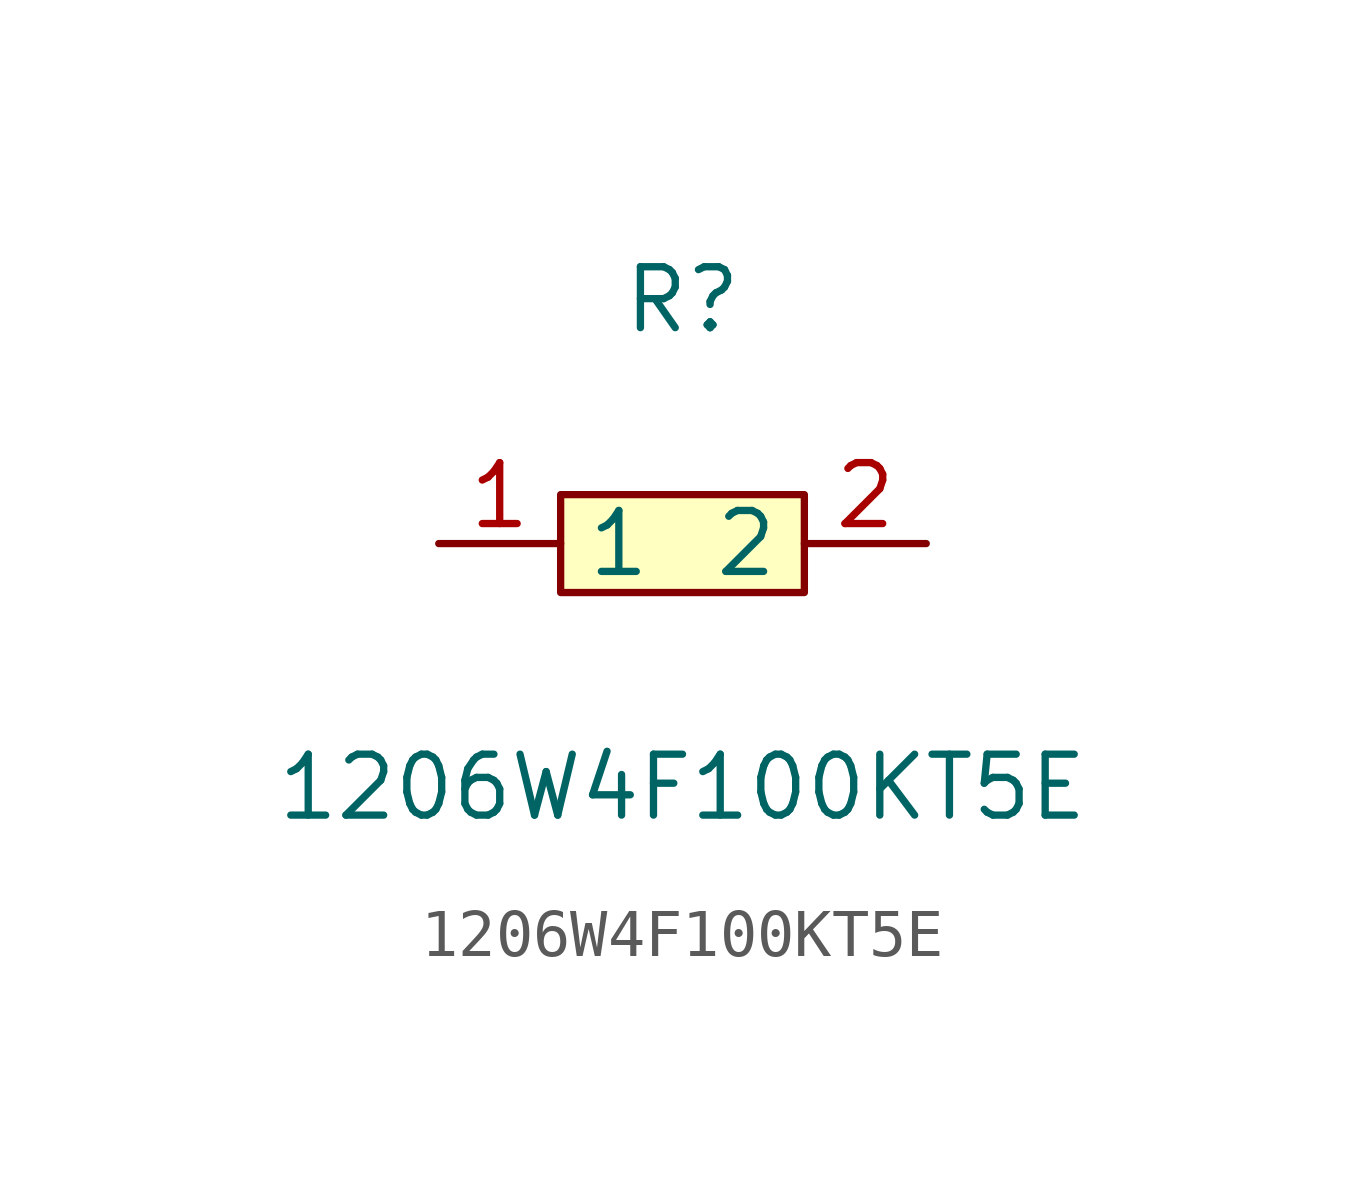
<source format=kicad_sym>
(kicad_symbol_lib
  (version 1)
  (generator "faebryk")
  (symbol "1206W4F100KT5E"
    (property "Reference" "R"
      (at 0 5.08 0)
      (effects (font (size 1.27 1.27)) (hide no)))
    (property "Value" "1206W4F100KT5E"
      (at 0 -5.08 0)
      (effects (font (size 1.27 1.27)) (hide no)))
    (symbol "1206W4F100KT5E_0_1"
      (rectangle (start -2.54 1.02) (end 2.54 -1.02) (stroke (width 0) (type default) (color 0 0 0 0)) (fill (type background)))
      (pin input line (at 5.08 0 180) (length 2.54) (name "2" (effects (font (size 1.27 1.27)) (hide no))) (number "2" (effects (font (size 1.27 1.27)) (hide no))))
      (pin input line (at -5.08 0 0) (length 2.54) (name "1" (effects (font (size 1.27 1.27)) (hide no))) (number "1" (effects (font (size 1.27 1.27)) (hide no)))))))
</source>
